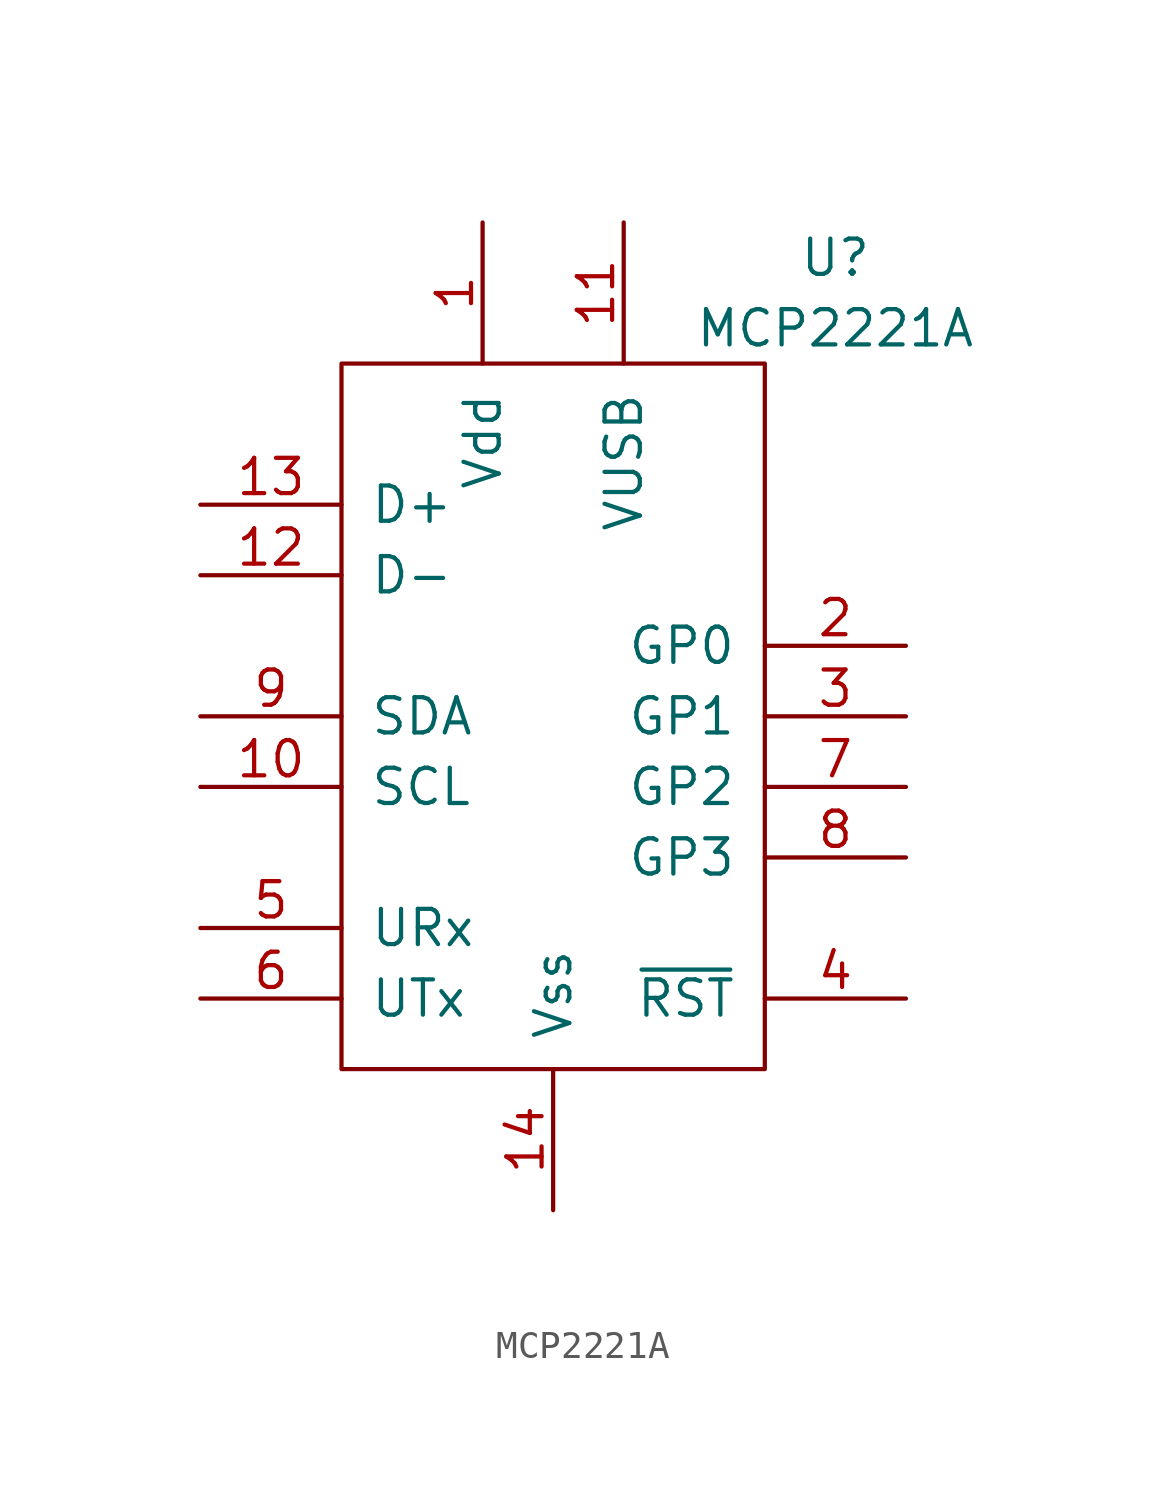
<source format=kicad_sym>
(kicad_symbol_lib
  (version 20211014)
  (generator kicad_symbol_editor)
  (symbol "MCP2221A"
    (pin_names
      (offset 1.016))
    (property "Reference" "U"
      (at 10.16 17.78 0)
      (effects (font (size 1.27 1.27))))
    (property "Value" "MCP2221A"
      (at 10.16 15.24 0)
      (effects (font (size 1.27 1.27))))
    (symbol "MCP2221A_0_1"
      (rectangle (start -7.62 13.97) (end 7.62 -11.43) (stroke (width 0) (type default) (color 0 0 0 0)) (fill (type none))))
    (symbol "MCP2221A_1_1"
      (pin power_in line (at -2.54 19.05 270) (length 5.08) (name "Vdd" (effects (font (size 1.27 1.27)))) (number "1" (effects (font (size 1.27 1.27)))))
      (pin bidirectional line (at -12.7 -1.27 0) (length 5.08) (name "SCL" (effects (font (size 1.27 1.27)))) (number "10" (effects (font (size 1.27 1.27)))))
      (pin passive line (at 2.54 19.05 270) (length 5.08) (name "VUSB" (effects (font (size 1.27 1.27)))) (number "11" (effects (font (size 1.27 1.27)))))
      (pin bidirectional line (at -12.7 6.35 0) (length 5.08) (name "D-" (effects (font (size 1.27 1.27)))) (number "12" (effects (font (size 1.27 1.27)))))
      (pin bidirectional line (at -12.7 8.89 0) (length 5.08) (name "D+" (effects (font (size 1.27 1.27)))) (number "13" (effects (font (size 1.27 1.27)))))
      (pin power_in line (at 0 -16.51 90) (length 5.08) (name "Vss" (effects (font (size 1.27 1.27)))) (number "14" (effects (font (size 1.27 1.27)))))
      (pin bidirectional line (at 12.7 3.81 180) (length 5.08) (name "GP0" (effects (font (size 1.27 1.27)))) (number "2" (effects (font (size 1.27 1.27)))))
      (pin bidirectional line (at 12.7 1.27 180) (length 5.08) (name "GP1" (effects (font (size 1.27 1.27)))) (number "3" (effects (font (size 1.27 1.27)))))
      (pin input line (at 12.7 -8.89 180) (length 5.08) (name "~{RST}" (effects (font (size 1.27 1.27)))) (number "4" (effects (font (size 1.27 1.27)))))
      (pin input line (at -12.7 -6.35 0) (length 5.08) (name "URx" (effects (font (size 1.27 1.27)))) (number "5" (effects (font (size 1.27 1.27)))))
      (pin output line (at -12.7 -8.89 0) (length 5.08) (name "UTx" (effects (font (size 1.27 1.27)))) (number "6" (effects (font (size 1.27 1.27)))))
      (pin bidirectional line (at 12.7 -1.27 180) (length 5.08) (name "GP2" (effects (font (size 1.27 1.27)))) (number "7" (effects (font (size 1.27 1.27)))))
      (pin bidirectional line (at 12.7 -3.81 180) (length 5.08) (name "GP3" (effects (font (size 1.27 1.27)))) (number "8" (effects (font (size 1.27 1.27)))))
      (pin bidirectional line (at -12.7 1.27 0) (length 5.08) (name "SDA" (effects (font (size 1.27 1.27)))) (number "9" (effects (font (size 1.27 1.27))))))))
</source>
